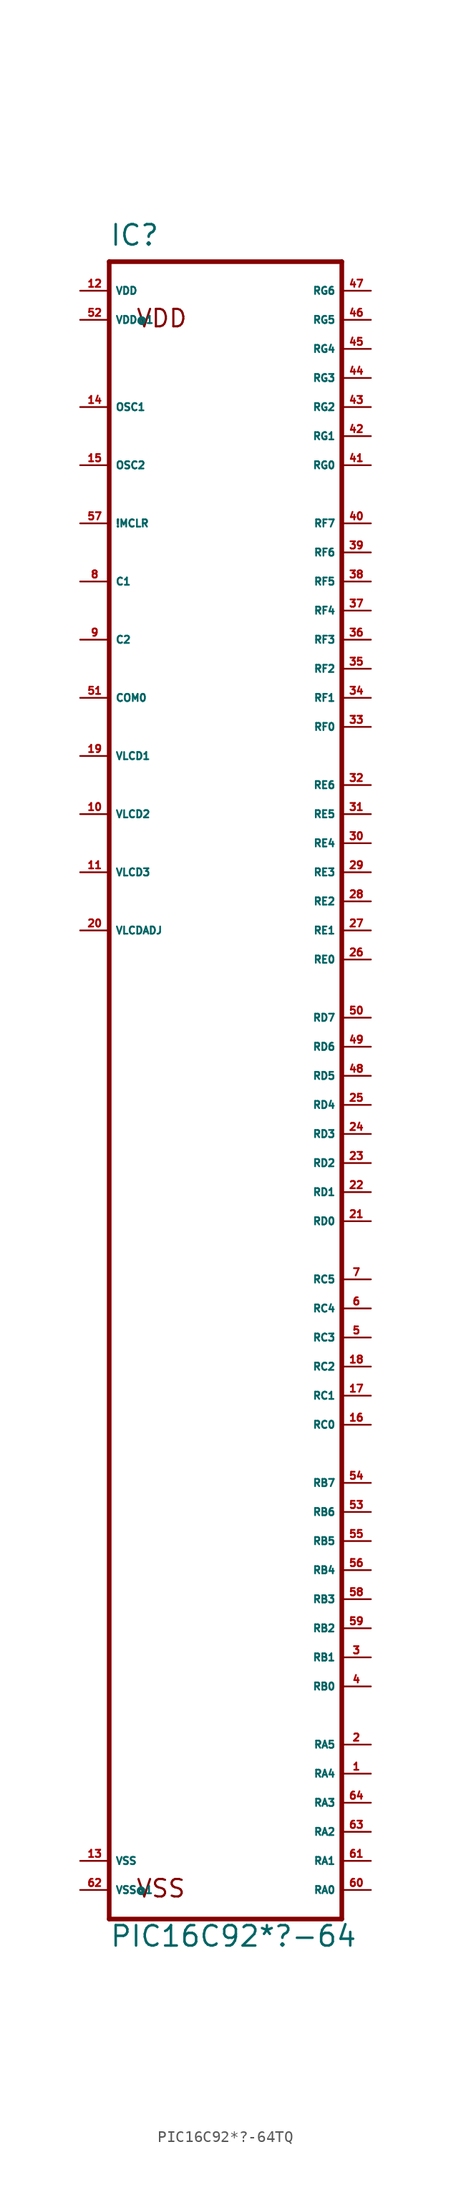
<source format=kicad_sym>
(kicad_symbol_lib
  (version 20220914)
  (generator Eagle2Kicad)
  (symbol "PIC16C92*?-64TQ"
    (property "Reference" "IC"
      (at -10.16 69.85 0)
      (effects (font (size 1.778 1.778) (thickness 0.22)) (justify left bottom)))
    (property "Value" "PIC16C92*?-64"
      (at -10.16 -78.74 0)
      (effects (font (size 1.778 1.778) (thickness 0.22)) (justify left bottom)))
    (polyline
      (pts (xy -10.16 -76.2) (xy 10.16 -76.2))
      (stroke (width 0.406) (type default))
      (fill (type none)))
    (polyline
      (pts (xy 10.16 -76.2) (xy 10.16 68.58))
      (stroke (width 0.406) (type default))
      (fill (type none)))
    (polyline
      (pts (xy 10.16 68.58) (xy -10.16 68.58))
      (stroke (width 0.406) (type default))
      (fill (type none)))
    (polyline
      (pts (xy -10.16 68.58) (xy -10.16 -76.2))
      (stroke (width 0.406) (type default))
      (fill (type none)))
    (text "VDD"
      (at -7.874 62.738 0)
      (effects (font (size 1.524 1.524) (thickness 0.19)) (justify left bottom)))
    (text "VSS"
      (at -7.874 -74.422 0)
      (effects (font (size 1.524 1.524) (thickness 0.19)) (justify left bottom)))
    (pin input line
      (at -12.7 45.72 0)
      (length 2.54)
      (name "!MCLR" (effects (font (size 0.635 0.635) (thickness 0.08)) (justify left bottom)))
      (number "57" (effects (font (size 0.635 0.635) (thickness 0.08)) (justify left bottom))))
    (pin input line
      (at -12.7 55.88 0)
      (length 2.54)
      (name "OSC1" (effects (font (size 0.635 0.635) (thickness 0.08)) (justify left bottom)))
      (number "14" (effects (font (size 0.635 0.635) (thickness 0.08)) (justify left bottom))))
    (pin bidirectional line
      (at 12.7 -73.66 180)
      (length 2.54)
      (name "RA0" (effects (font (size 0.635 0.635) (thickness 0.08)) (justify left bottom)))
      (number "60" (effects (font (size 0.635 0.635) (thickness 0.08)) (justify left bottom))))
    (pin bidirectional line
      (at 12.7 -71.12 180)
      (length 2.54)
      (name "RA1" (effects (font (size 0.635 0.635) (thickness 0.08)) (justify left bottom)))
      (number "61" (effects (font (size 0.635 0.635) (thickness 0.08)) (justify left bottom))))
    (pin bidirectional line
      (at 12.7 -68.58 180)
      (length 2.54)
      (name "RA2" (effects (font (size 0.635 0.635) (thickness 0.08)) (justify left bottom)))
      (number "63" (effects (font (size 0.635 0.635) (thickness 0.08)) (justify left bottom))))
    (pin bidirectional line
      (at 12.7 -66.04 180)
      (length 2.54)
      (name "RA3" (effects (font (size 0.635 0.635) (thickness 0.08)) (justify left bottom)))
      (number "64" (effects (font (size 0.635 0.635) (thickness 0.08)) (justify left bottom))))
    (pin bidirectional line
      (at 12.7 -53.34 180)
      (length 2.54)
      (name "RB1" (effects (font (size 0.635 0.635) (thickness 0.08)) (justify left bottom)))
      (number "3" (effects (font (size 0.635 0.635) (thickness 0.08)) (justify left bottom))))
    (pin bidirectional line
      (at 12.7 -50.8 180)
      (length 2.54)
      (name "RB2" (effects (font (size 0.635 0.635) (thickness 0.08)) (justify left bottom)))
      (number "59" (effects (font (size 0.635 0.635) (thickness 0.08)) (justify left bottom))))
    (pin bidirectional line
      (at 12.7 -48.26 180)
      (length 2.54)
      (name "RB3" (effects (font (size 0.635 0.635) (thickness 0.08)) (justify left bottom)))
      (number "58" (effects (font (size 0.635 0.635) (thickness 0.08)) (justify left bottom))))
    (pin bidirectional line
      (at 12.7 -60.96 180)
      (length 2.54)
      (name "RA5" (effects (font (size 0.635 0.635) (thickness 0.08)) (justify left bottom)))
      (number "2" (effects (font (size 0.635 0.635) (thickness 0.08)) (justify left bottom))))
    (pin bidirectional line
      (at 12.7 -45.72 180)
      (length 2.54)
      (name "RB4" (effects (font (size 0.635 0.635) (thickness 0.08)) (justify left bottom)))
      (number "56" (effects (font (size 0.635 0.635) (thickness 0.08)) (justify left bottom))))
    (pin bidirectional line
      (at 12.7 -43.18 180)
      (length 2.54)
      (name "RB5" (effects (font (size 0.635 0.635) (thickness 0.08)) (justify left bottom)))
      (number "55" (effects (font (size 0.635 0.635) (thickness 0.08)) (justify left bottom))))
    (pin bidirectional line
      (at 12.7 -40.64 180)
      (length 2.54)
      (name "RB6" (effects (font (size 0.635 0.635) (thickness 0.08)) (justify left bottom)))
      (number "53" (effects (font (size 0.635 0.635) (thickness 0.08)) (justify left bottom))))
    (pin bidirectional line
      (at 12.7 -38.1 180)
      (length 2.54)
      (name "RB7" (effects (font (size 0.635 0.635) (thickness 0.08)) (justify left bottom)))
      (number "54" (effects (font (size 0.635 0.635) (thickness 0.08)) (justify left bottom))))
    (pin bidirectional line
      (at 12.7 -33.02 180)
      (length 2.54)
      (name "RC0" (effects (font (size 0.635 0.635) (thickness 0.08)) (justify left bottom)))
      (number "16" (effects (font (size 0.635 0.635) (thickness 0.08)) (justify left bottom))))
    (pin bidirectional line
      (at 12.7 -30.48 180)
      (length 2.54)
      (name "RC1" (effects (font (size 0.635 0.635) (thickness 0.08)) (justify left bottom)))
      (number "17" (effects (font (size 0.635 0.635) (thickness 0.08)) (justify left bottom))))
    (pin bidirectional line
      (at 12.7 -27.94 180)
      (length 2.54)
      (name "RC2" (effects (font (size 0.635 0.635) (thickness 0.08)) (justify left bottom)))
      (number "18" (effects (font (size 0.635 0.635) (thickness 0.08)) (justify left bottom))))
    (pin bidirectional line
      (at 12.7 -25.4 180)
      (length 2.54)
      (name "RC3" (effects (font (size 0.635 0.635) (thickness 0.08)) (justify left bottom)))
      (number "5" (effects (font (size 0.635 0.635) (thickness 0.08)) (justify left bottom))))
    (pin bidirectional line
      (at 12.7 -15.24 180)
      (length 2.54)
      (name "RD0" (effects (font (size 0.635 0.635) (thickness 0.08)) (justify left bottom)))
      (number "21" (effects (font (size 0.635 0.635) (thickness 0.08)) (justify left bottom))))
    (pin bidirectional line
      (at 12.7 -12.7 180)
      (length 2.54)
      (name "RD1" (effects (font (size 0.635 0.635) (thickness 0.08)) (justify left bottom)))
      (number "22" (effects (font (size 0.635 0.635) (thickness 0.08)) (justify left bottom))))
    (pin bidirectional line
      (at 12.7 -10.16 180)
      (length 2.54)
      (name "RD2" (effects (font (size 0.635 0.635) (thickness 0.08)) (justify left bottom)))
      (number "23" (effects (font (size 0.635 0.635) (thickness 0.08)) (justify left bottom))))
    (pin bidirectional line
      (at 12.7 -7.62 180)
      (length 2.54)
      (name "RD3" (effects (font (size 0.635 0.635) (thickness 0.08)) (justify left bottom)))
      (number "24" (effects (font (size 0.635 0.635) (thickness 0.08)) (justify left bottom))))
    (pin bidirectional line
      (at 12.7 -5.08 180)
      (length 2.54)
      (name "RD4" (effects (font (size 0.635 0.635) (thickness 0.08)) (justify left bottom)))
      (number "25" (effects (font (size 0.635 0.635) (thickness 0.08)) (justify left bottom))))
    (pin bidirectional line
      (at 12.7 -2.54 180)
      (length 2.54)
      (name "RD5" (effects (font (size 0.635 0.635) (thickness 0.08)) (justify left bottom)))
      (number "48" (effects (font (size 0.635 0.635) (thickness 0.08)) (justify left bottom))))
    (pin bidirectional line
      (at 12.7 0 180)
      (length 2.54)
      (name "RD6" (effects (font (size 0.635 0.635) (thickness 0.08)) (justify left bottom)))
      (number "49" (effects (font (size 0.635 0.635) (thickness 0.08)) (justify left bottom))))
    (pin bidirectional line
      (at 12.7 2.54 180)
      (length 2.54)
      (name "RD7" (effects (font (size 0.635 0.635) (thickness 0.08)) (justify left bottom)))
      (number "50" (effects (font (size 0.635 0.635) (thickness 0.08)) (justify left bottom))))
    (pin bidirectional line
      (at 12.7 7.62 180)
      (length 2.54)
      (name "RE0" (effects (font (size 0.635 0.635) (thickness 0.08)) (justify left bottom)))
      (number "26" (effects (font (size 0.635 0.635) (thickness 0.08)) (justify left bottom))))
    (pin bidirectional line
      (at 12.7 10.16 180)
      (length 2.54)
      (name "RE1" (effects (font (size 0.635 0.635) (thickness 0.08)) (justify left bottom)))
      (number "27" (effects (font (size 0.635 0.635) (thickness 0.08)) (justify left bottom))))
    (pin bidirectional line
      (at 12.7 12.7 180)
      (length 2.54)
      (name "RE2" (effects (font (size 0.635 0.635) (thickness 0.08)) (justify left bottom)))
      (number "28" (effects (font (size 0.635 0.635) (thickness 0.08)) (justify left bottom))))
    (pin input line
      (at -12.7 40.64 0)
      (length 2.54)
      (name "C1" (effects (font (size 0.635 0.635) (thickness 0.08)) (justify left bottom)))
      (number "8" (effects (font (size 0.635 0.635) (thickness 0.08)) (justify left bottom))))
    (pin input line
      (at -12.7 35.56 0)
      (length 2.54)
      (name "C2" (effects (font (size 0.635 0.635) (thickness 0.08)) (justify left bottom)))
      (number "9" (effects (font (size 0.635 0.635) (thickness 0.08)) (justify left bottom))))
    (pin input line
      (at -12.7 25.4 0)
      (length 2.54)
      (name "VLCD1" (effects (font (size 0.635 0.635) (thickness 0.08)) (justify left bottom)))
      (number "19" (effects (font (size 0.635 0.635) (thickness 0.08)) (justify left bottom))))
    (pin input line
      (at -12.7 10.16 0)
      (length 2.54)
      (name "VLCDADJ" (effects (font (size 0.635 0.635) (thickness 0.08)) (justify left bottom)))
      (number "20" (effects (font (size 0.635 0.635) (thickness 0.08)) (justify left bottom))))
    (pin unspecified line
      (at -12.7 66.04 0)
      (length 2.54)
      (name "VDD" (effects (font (size 0.635 0.635) (thickness 0.08)) (justify left bottom)))
      (number "12" (effects (font (size 0.635 0.635) (thickness 0.08)) (justify left bottom))))
    (pin unspecified line
      (at -12.7 63.5 0)
      (length 2.54)
      (name "VDD@1" (effects (font (size 0.635 0.635) (thickness 0.08)) (justify left bottom)))
      (number "52" (effects (font (size 0.635 0.635) (thickness 0.08)) (justify left bottom))))
    (pin unspecified line
      (at -12.7 -71.12 0)
      (length 2.54)
      (name "VSS" (effects (font (size 0.635 0.635) (thickness 0.08)) (justify left bottom)))
      (number "13" (effects (font (size 0.635 0.635) (thickness 0.08)) (justify left bottom))))
    (pin unspecified line
      (at -12.7 -73.66 0)
      (length 2.54)
      (name "VSS@1" (effects (font (size 0.635 0.635) (thickness 0.08)) (justify left bottom)))
      (number "62" (effects (font (size 0.635 0.635) (thickness 0.08)) (justify left bottom))))
    (pin bidirectional line
      (at 12.7 -22.86 180)
      (length 2.54)
      (name "RC4" (effects (font (size 0.635 0.635) (thickness 0.08)) (justify left bottom)))
      (number "6" (effects (font (size 0.635 0.635) (thickness 0.08)) (justify left bottom))))
    (pin bidirectional line
      (at 12.7 -20.32 180)
      (length 2.54)
      (name "RC5" (effects (font (size 0.635 0.635) (thickness 0.08)) (justify left bottom)))
      (number "7" (effects (font (size 0.635 0.635) (thickness 0.08)) (justify left bottom))))
    (pin output line
      (at -12.7 50.8 0)
      (length 2.54)
      (name "OSC2" (effects (font (size 0.635 0.635) (thickness 0.08)) (justify left bottom)))
      (number "15" (effects (font (size 0.635 0.635) (thickness 0.08)) (justify left bottom))))
    (pin bidirectional line
      (at 12.7 -55.88 180)
      (length 2.54)
      (name "RB0" (effects (font (size 0.635 0.635) (thickness 0.08)) (justify left bottom)))
      (number "4" (effects (font (size 0.635 0.635) (thickness 0.08)) (justify left bottom))))
    (pin bidirectional line
      (at 12.7 -63.5 180)
      (length 2.54)
      (name "RA4" (effects (font (size 0.635 0.635) (thickness 0.08)) (justify left bottom)))
      (number "1" (effects (font (size 0.635 0.635) (thickness 0.08)) (justify left bottom))))
    (pin bidirectional line
      (at 12.7 15.24 180)
      (length 2.54)
      (name "RE3" (effects (font (size 0.635 0.635) (thickness 0.08)) (justify left bottom)))
      (number "29" (effects (font (size 0.635 0.635) (thickness 0.08)) (justify left bottom))))
    (pin bidirectional line
      (at 12.7 17.78 180)
      (length 2.54)
      (name "RE4" (effects (font (size 0.635 0.635) (thickness 0.08)) (justify left bottom)))
      (number "30" (effects (font (size 0.635 0.635) (thickness 0.08)) (justify left bottom))))
    (pin bidirectional line
      (at 12.7 20.32 180)
      (length 2.54)
      (name "RE5" (effects (font (size 0.635 0.635) (thickness 0.08)) (justify left bottom)))
      (number "31" (effects (font (size 0.635 0.635) (thickness 0.08)) (justify left bottom))))
    (pin bidirectional line
      (at 12.7 22.86 180)
      (length 2.54)
      (name "RE6" (effects (font (size 0.635 0.635) (thickness 0.08)) (justify left bottom)))
      (number "32" (effects (font (size 0.635 0.635) (thickness 0.08)) (justify left bottom))))
    (pin bidirectional line
      (at 12.7 27.94 180)
      (length 2.54)
      (name "RF0" (effects (font (size 0.635 0.635) (thickness 0.08)) (justify left bottom)))
      (number "33" (effects (font (size 0.635 0.635) (thickness 0.08)) (justify left bottom))))
    (pin bidirectional line
      (at 12.7 30.48 180)
      (length 2.54)
      (name "RF1" (effects (font (size 0.635 0.635) (thickness 0.08)) (justify left bottom)))
      (number "34" (effects (font (size 0.635 0.635) (thickness 0.08)) (justify left bottom))))
    (pin bidirectional line
      (at 12.7 33.02 180)
      (length 2.54)
      (name "RF2" (effects (font (size 0.635 0.635) (thickness 0.08)) (justify left bottom)))
      (number "35" (effects (font (size 0.635 0.635) (thickness 0.08)) (justify left bottom))))
    (pin bidirectional line
      (at 12.7 35.56 180)
      (length 2.54)
      (name "RF3" (effects (font (size 0.635 0.635) (thickness 0.08)) (justify left bottom)))
      (number "36" (effects (font (size 0.635 0.635) (thickness 0.08)) (justify left bottom))))
    (pin bidirectional line
      (at 12.7 38.1 180)
      (length 2.54)
      (name "RF4" (effects (font (size 0.635 0.635) (thickness 0.08)) (justify left bottom)))
      (number "37" (effects (font (size 0.635 0.635) (thickness 0.08)) (justify left bottom))))
    (pin bidirectional line
      (at 12.7 40.64 180)
      (length 2.54)
      (name "RF5" (effects (font (size 0.635 0.635) (thickness 0.08)) (justify left bottom)))
      (number "38" (effects (font (size 0.635 0.635) (thickness 0.08)) (justify left bottom))))
    (pin bidirectional line
      (at 12.7 43.18 180)
      (length 2.54)
      (name "RF6" (effects (font (size 0.635 0.635) (thickness 0.08)) (justify left bottom)))
      (number "39" (effects (font (size 0.635 0.635) (thickness 0.08)) (justify left bottom))))
    (pin bidirectional line
      (at 12.7 45.72 180)
      (length 2.54)
      (name "RF7" (effects (font (size 0.635 0.635) (thickness 0.08)) (justify left bottom)))
      (number "40" (effects (font (size 0.635 0.635) (thickness 0.08)) (justify left bottom))))
    (pin bidirectional line
      (at 12.7 50.8 180)
      (length 2.54)
      (name "RG0" (effects (font (size 0.635 0.635) (thickness 0.08)) (justify left bottom)))
      (number "41" (effects (font (size 0.635 0.635) (thickness 0.08)) (justify left bottom))))
    (pin bidirectional line
      (at 12.7 53.34 180)
      (length 2.54)
      (name "RG1" (effects (font (size 0.635 0.635) (thickness 0.08)) (justify left bottom)))
      (number "42" (effects (font (size 0.635 0.635) (thickness 0.08)) (justify left bottom))))
    (pin bidirectional line
      (at 12.7 55.88 180)
      (length 2.54)
      (name "RG2" (effects (font (size 0.635 0.635) (thickness 0.08)) (justify left bottom)))
      (number "43" (effects (font (size 0.635 0.635) (thickness 0.08)) (justify left bottom))))
    (pin bidirectional line
      (at 12.7 58.42 180)
      (length 2.54)
      (name "RG3" (effects (font (size 0.635 0.635) (thickness 0.08)) (justify left bottom)))
      (number "44" (effects (font (size 0.635 0.635) (thickness 0.08)) (justify left bottom))))
    (pin bidirectional line
      (at 12.7 60.96 180)
      (length 2.54)
      (name "RG4" (effects (font (size 0.635 0.635) (thickness 0.08)) (justify left bottom)))
      (number "45" (effects (font (size 0.635 0.635) (thickness 0.08)) (justify left bottom))))
    (pin bidirectional line
      (at 12.7 63.5 180)
      (length 2.54)
      (name "RG5" (effects (font (size 0.635 0.635) (thickness 0.08)) (justify left bottom)))
      (number "46" (effects (font (size 0.635 0.635) (thickness 0.08)) (justify left bottom))))
    (pin bidirectional line
      (at 12.7 66.04 180)
      (length 2.54)
      (name "RG6" (effects (font (size 0.635 0.635) (thickness 0.08)) (justify left bottom)))
      (number "47" (effects (font (size 0.635 0.635) (thickness 0.08)) (justify left bottom))))
    (pin output line
      (at -12.7 30.48 0)
      (length 2.54)
      (name "COM0" (effects (font (size 0.635 0.635) (thickness 0.08)) (justify left bottom)))
      (number "51" (effects (font (size 0.635 0.635) (thickness 0.08)) (justify left bottom))))
    (pin input line
      (at -12.7 20.32 0)
      (length 2.54)
      (name "VLCD2" (effects (font (size 0.635 0.635) (thickness 0.08)) (justify left bottom)))
      (number "10" (effects (font (size 0.635 0.635) (thickness 0.08)) (justify left bottom))))
    (pin input line
      (at -12.7 15.24 0)
      (length 2.54)
      (name "VLCD3" (effects (font (size 0.635 0.635) (thickness 0.08)) (justify left bottom)))
      (number "11" (effects (font (size 0.635 0.635) (thickness 0.08)) (justify left bottom))))))
</source>
